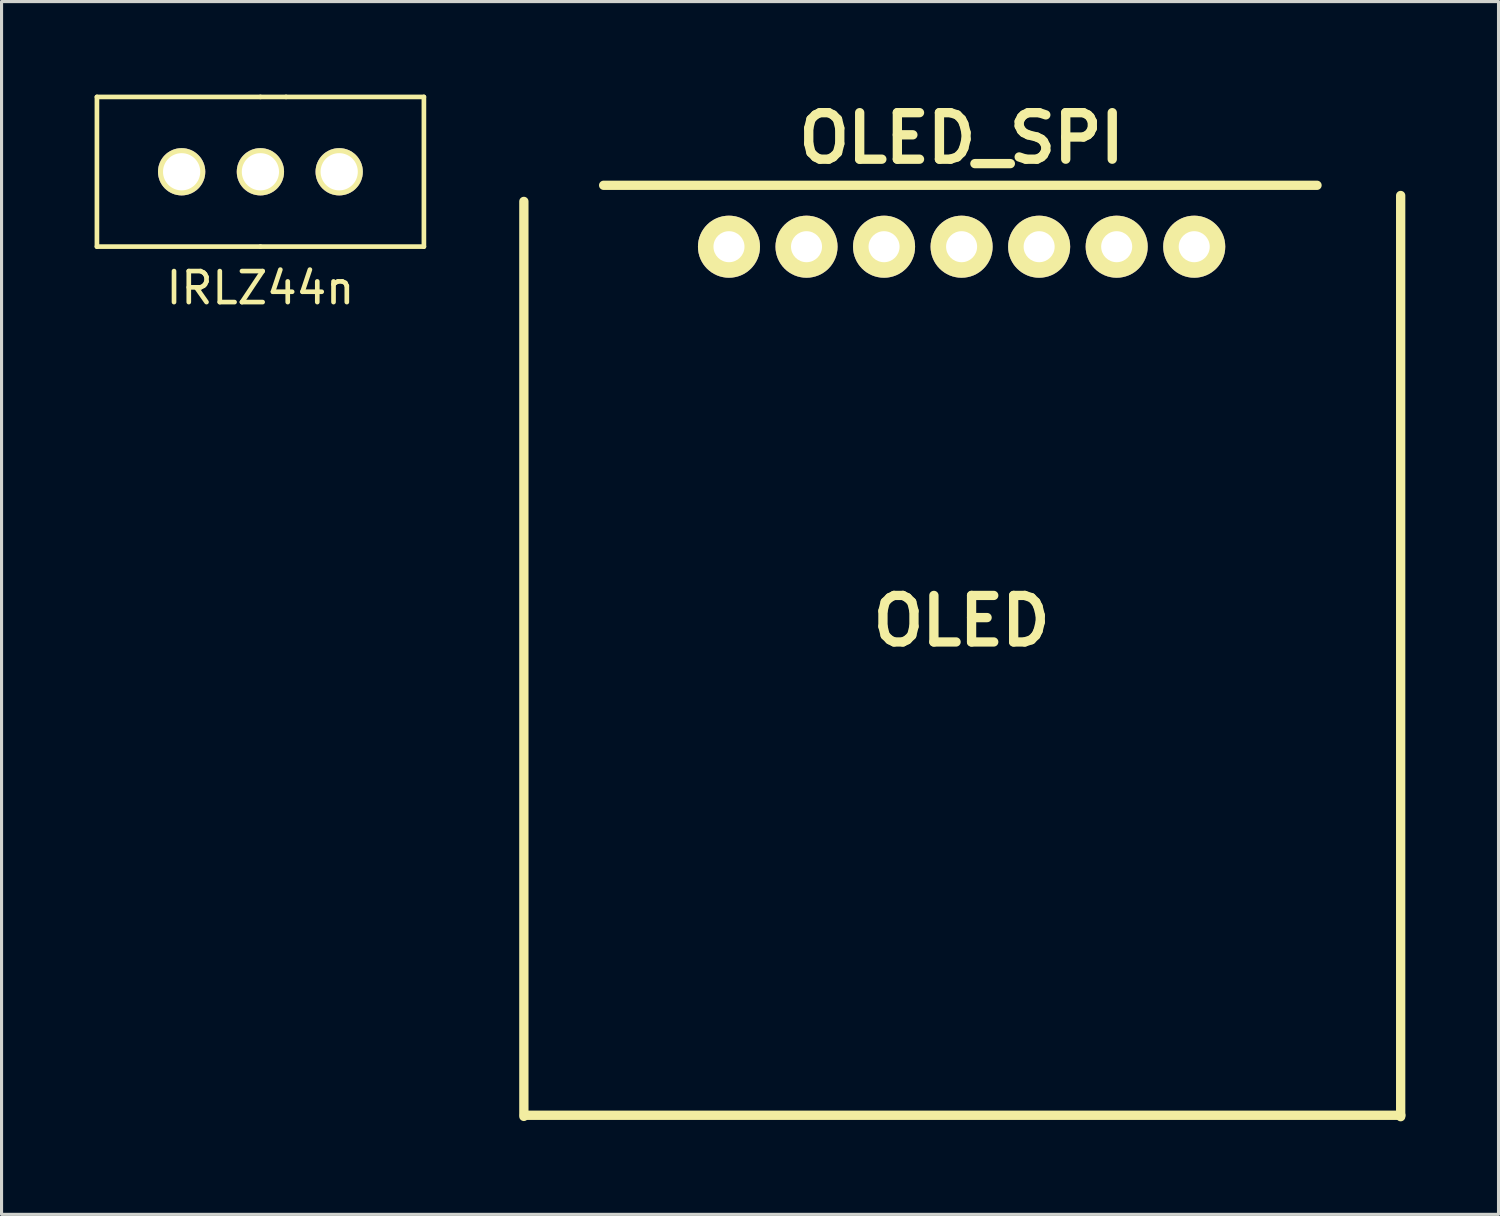
<source format=kicad_pcb>
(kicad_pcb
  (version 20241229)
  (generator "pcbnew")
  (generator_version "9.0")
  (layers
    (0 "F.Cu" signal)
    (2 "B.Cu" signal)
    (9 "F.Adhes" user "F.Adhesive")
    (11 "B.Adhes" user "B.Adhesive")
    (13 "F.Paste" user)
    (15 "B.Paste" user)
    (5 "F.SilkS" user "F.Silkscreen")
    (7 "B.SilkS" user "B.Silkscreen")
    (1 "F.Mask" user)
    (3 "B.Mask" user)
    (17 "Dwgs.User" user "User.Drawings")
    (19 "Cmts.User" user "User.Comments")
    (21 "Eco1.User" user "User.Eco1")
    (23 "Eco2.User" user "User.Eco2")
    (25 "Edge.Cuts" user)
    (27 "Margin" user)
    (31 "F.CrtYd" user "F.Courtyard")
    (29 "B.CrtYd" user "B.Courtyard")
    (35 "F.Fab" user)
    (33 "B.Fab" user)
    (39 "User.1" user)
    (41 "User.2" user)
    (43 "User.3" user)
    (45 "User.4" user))
  (footprint "OLED_SPI"
    (layer "F.Cu")
    (at 27.953 4.904)
    (property "Reference" "OLED_SPI" (at 0 -3.5 0) (layer "F.SilkS") (effects (font (size 1.5 1.5) (thickness 0.3))))
    (attr through_hole)
    (fp_line (start -14.113 -1.46) (end -14.113 28.04) (stroke (width 0.3) (type solid)) (layer "F.SilkS"))
    (fp_line (start -14.097 28.003) (end 14.161 28.003) (stroke (width 0.3) (type solid)) (layer "F.SilkS"))
    (fp_line (start -11.541 -1.98) (end 11.459 -1.98) (stroke (width 0.3) (type solid)) (layer "F.SilkS"))
    (fp_line (start 14.156 -1.651) (end 14.156 28.049) (stroke (width 0.3) (type solid)) (layer "F.SilkS"))
    (fp_text user "OLED" (at 0 12.065 0) (layer "F.SilkS") (effects (font (size 1.5 1.5) (thickness 0.3))))
    (pad "1" thru_hole circle (at -7.5 0) (size 2 2) (drill 1) (layers "*.Cu" "*.Mask" "F.SilkS"))
    (pad "2" thru_hole circle (at -5 0) (size 2 2) (drill 1) (layers "*.Cu" "*.Mask" "F.SilkS"))
    (pad "3" thru_hole circle (at -2.5 0) (size 2 2) (drill 1) (layers "*.Cu" "*.Mask" "F.SilkS"))
    (pad "4" thru_hole circle (at 0 0) (size 2 2) (drill 1) (layers "*.Cu" "*.Mask" "F.SilkS"))
    (pad "5" thru_hole circle (at 2.5 0) (size 2 2) (drill 1) (layers "*.Cu" "*.Mask" "F.SilkS"))
    (pad "6" thru_hole circle (at 5 0) (size 2 2) (drill 1) (layers "*.Cu" "*.Mask" "F.SilkS"))
    (pad "7" thru_hole circle (at 7.5 0) (size 2 2) (drill 1) (layers "*.Cu" "*.Mask" "F.SilkS")))
  (footprint "IRLZ44n"
    (layer "F.Cu")
    (at 5.346 2.488)
    (property "Reference" "IRLZ44n" (at 0 3.747 0) (layer "F.SilkS") (effects (font (size 1 1) (thickness 0.15))))
    (attr through_hole)
    (fp_line (start -5.271 -2.413) (end -5.271 2.413) (stroke (width 0.15) (type solid)) (layer "F.SilkS"))
    (fp_line (start 0 -2.413) (end -5.271 -2.413) (stroke (width 0.15) (type solid)) (layer "F.SilkS"))
    (fp_line (start 0 2.413) (end -5.271 2.413) (stroke (width 0.15) (type solid)) (layer "F.SilkS"))
    (fp_line (start 0 2.413) (end 5.271 2.413) (stroke (width 0.15) (type solid)) (layer "F.SilkS"))
    (fp_line (start 0.826 -2.413) (end 0 -2.413) (stroke (width 0.15) (type solid)) (layer "F.SilkS"))
    (fp_line (start 0.826 -2.413) (end 5.271 -2.413) (stroke (width 0.15) (type solid)) (layer "F.SilkS"))
    (fp_line (start 5.271 2.413) (end 5.271 -2.413) (stroke (width 0.15) (type solid)) (layer "F.SilkS"))
    (pad "1" thru_hole circle (at -2.54 0) (size 1.524 1.524) (drill 1.2) (layers "*.Cu" "*.Mask" "F.SilkS"))
    (pad "2" thru_hole circle (at 0 0) (size 1.524 1.524) (drill 1.2) (layers "*.Cu" "*.Mask" "F.SilkS"))
    (pad "3" thru_hole circle (at 2.54 0) (size 1.524 1.524) (drill 1.2) (layers "*.Cu" "*.Mask" "F.SilkS")))
  (gr_rect
    (start -3 -3)
    (end 45.264 36.103)
    (stroke (width 0.1) (type default))
    (fill no)
    (layer "Edge.Cuts")))
</source>
